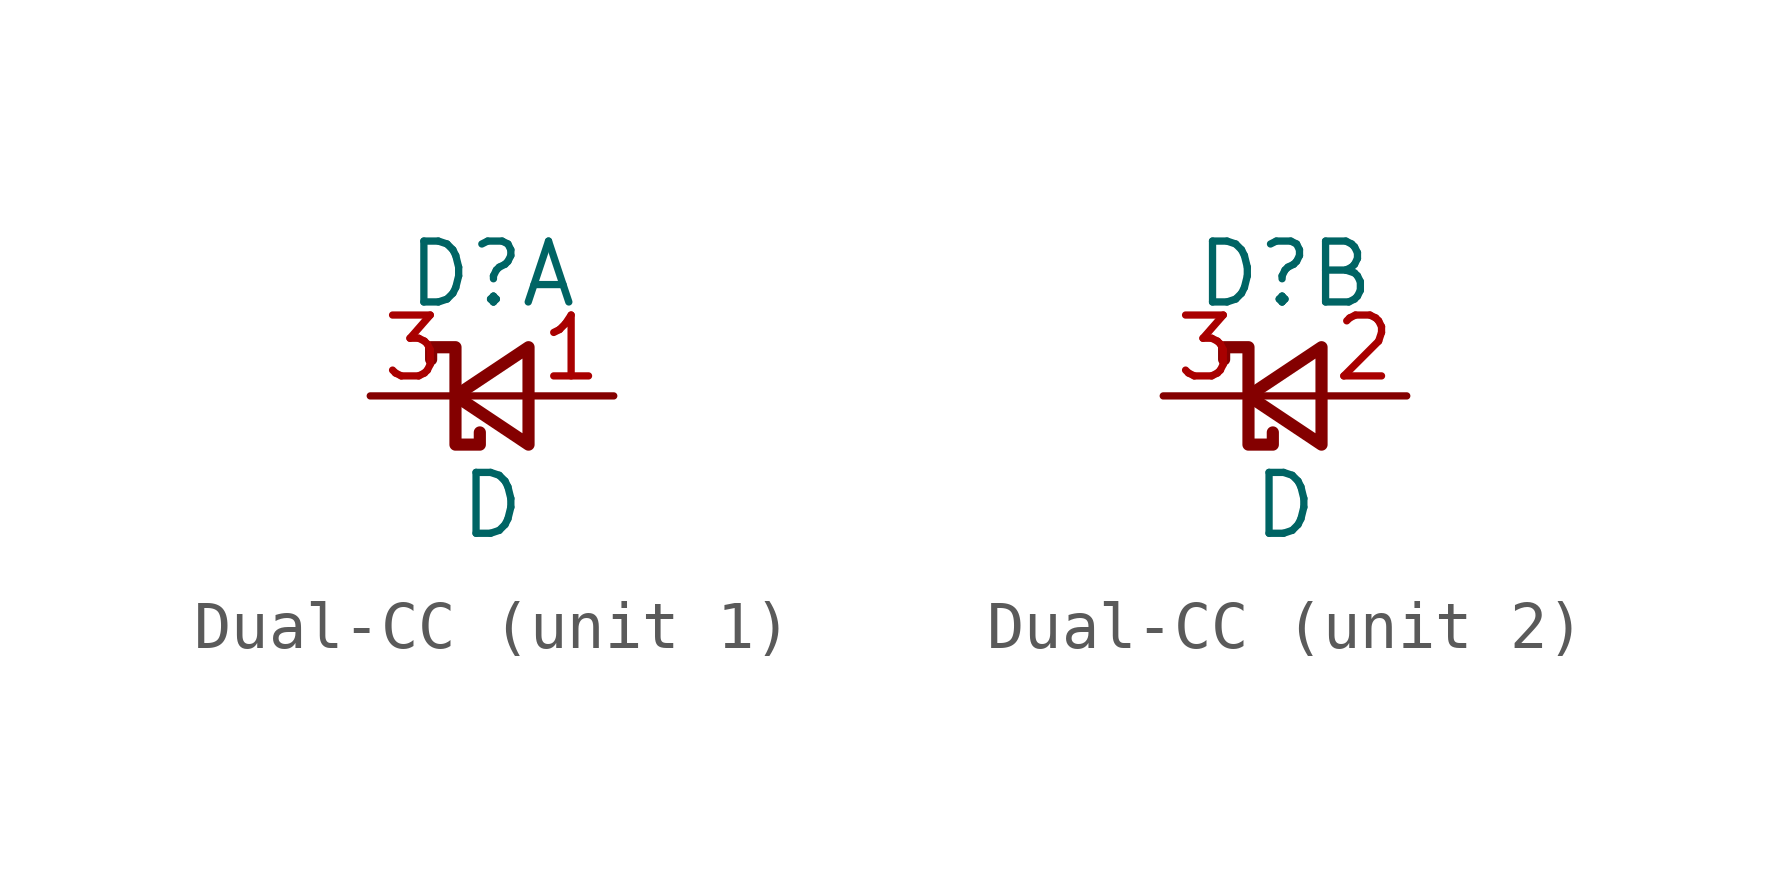
<source format=kicad_sym>
(kicad_symbol_lib
  (version 20231120)
  (generator "kicad_symbol_editor")
  (generator_version "8.0")
  (symbol "Dual-CC"
    (pin_names hide)
    (property "Reference" "D"
      (at 0 2.54 0)
      (effects (font (size 1.27 1.27))))
    (property "Value" "D"
      (at 0 -2.286 0)
      (effects (font (size 1.27 1.27))))
    (property "ki_locked" ""
      (at 0 0 0)
      (effects (font (size 1.27 1.27))))
    (symbol "Dual-CC_0_1"
      (polyline (pts (xy -0.762 0) (xy 0.762 0)) (stroke (width 0) (type default)) (fill (type none)))
      (polyline (pts (xy 0.762 -1.016) (xy -0.762 0) (xy 0.762 1.016) (xy 0.762 -1.016)) (stroke (width 0.254) (type default)) (fill (type none)))
      (polyline (pts (xy -1.27 0.762) (xy -1.27 1.016) (xy -0.762 1.016) (xy -0.762 -1.016) (xy -0.254 -1.016) (xy -0.254 -0.762)) (stroke (width 0.254) (type default)) (fill (type none)))
      (pin passive line (at -2.54 0 0) (length 1.778) (name "K" (effects (font (size 1.27 1.27)))) (number "3" (effects (font (size 1.27 1.27))))))
    (symbol "Dual-CC_1_1"
      (pin passive line (at 2.54 0 180) (length 1.778) (name "A" (effects (font (size 1.27 1.27)))) (number "1" (effects (font (size 1.27 1.27))))))
    (symbol "Dual-CC_2_1"
      (pin passive line (at 2.54 0 180) (length 1.778) (name "A" (effects (font (size 1.27 1.27)))) (number "2" (effects (font (size 1.27 1.27))))))))
</source>
